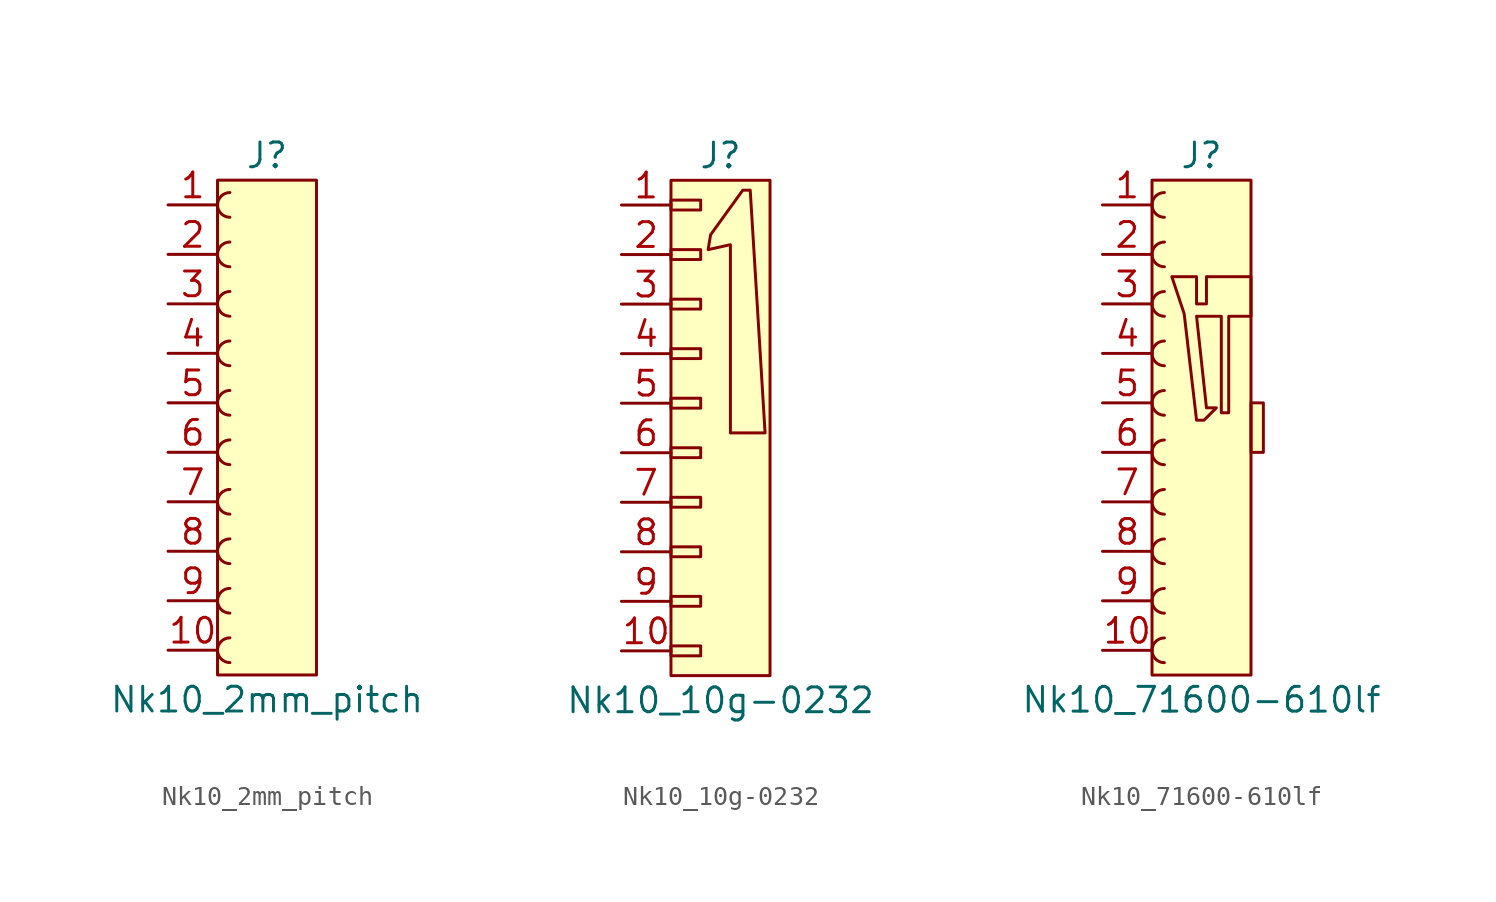
<source format=kicad_sym>
(kicad_symbol_lib
  (version 20220914)
  (generator kicad_symbol_editor)
  (symbol "Nk10_2mm_pitch"
    (pin_names hide)
    (property "Reference" "J"
      (at 0 13.97 0)
      (effects (font (size 1.27 1.27))))
    (property "Value" "Nk10_2mm_pitch"
      (at 0 -13.97 0)
      (effects (font (size 1.27 1.27))))
    (symbol "Nk10_2mm_pitch_0_0"
      (pin passive line (at -5.08 -11.43 0) (length 2.54) (name "Pin_10" (effects (font (size 1.27 1.27)))) (number "10" (effects (font (size 1.27 1.27)))))
      (pin passive line (at -5.08 -3.81 0) (length 2.54) (name "Pin_7" (effects (font (size 1.27 1.27)))) (number "7" (effects (font (size 1.27 1.27)))))
      (pin passive line (at -5.08 -6.35 0) (length 2.54) (name "Pin_8" (effects (font (size 1.27 1.27)))) (number "8" (effects (font (size 1.27 1.27)))))
      (pin passive line (at -5.08 -8.89 0) (length 2.54) (name "Pin_9" (effects (font (size 1.27 1.27)))) (number "9" (effects (font (size 1.27 1.27))))))
    (symbol "Nk10_2mm_pitch_0_1"
      (arc (start -1.905 12.065) (mid -2.5373 11.43) (end -1.905 10.795) (stroke (width 0) (type default)) (fill (type none)))
      (polyline (pts (xy -2.54 -12.7) (xy -2.54 12.7) (xy 2.54 12.7) (xy 2.54 -12.7) (xy -2.54 -12.7)) (stroke (width 0) (type default)) (fill (type background))))
    (symbol "Nk10_2mm_pitch_1_1"
      (arc (start -1.905 -10.795) (mid -2.5373 -11.43) (end -1.905 -12.065) (stroke (width 0) (type default)) (fill (type none)))
      (arc (start -1.905 -8.255) (mid -2.5373 -8.89) (end -1.905 -9.525) (stroke (width 0) (type default)) (fill (type none)))
      (arc (start -1.905 -5.715) (mid -2.5373 -6.35) (end -1.905 -6.985) (stroke (width 0) (type default)) (fill (type none)))
      (arc (start -1.905 -3.175) (mid -2.5373 -3.81) (end -1.905 -4.445) (stroke (width 0) (type default)) (fill (type none)))
      (arc (start -1.905 -0.635) (mid -2.5373 -1.27) (end -1.905 -1.905) (stroke (width 0) (type default)) (fill (type none)))
      (arc (start -1.905 1.905) (mid -2.5373 1.27) (end -1.905 0.635) (stroke (width 0) (type default)) (fill (type none)))
      (arc (start -1.905 4.445) (mid -2.5373 3.81) (end -1.905 3.175) (stroke (width 0) (type default)) (fill (type none)))
      (arc (start -1.905 6.985) (mid -2.5373 6.35) (end -1.905 5.715) (stroke (width 0) (type default)) (fill (type none)))
      (arc (start -1.905 9.525) (mid -2.5373 8.89) (end -1.905 8.255) (stroke (width 0) (type default)) (fill (type none)))
      (pin passive line (at -5.08 11.43 0) (length 2.54) (name "Pin_1" (effects (font (size 1.27 1.27)))) (number "1" (effects (font (size 1.27 1.27)))))
      (pin passive line (at -5.08 8.89 0) (length 2.54) (name "Pin_2" (effects (font (size 1.27 1.27)))) (number "2" (effects (font (size 1.27 1.27)))))
      (pin passive line (at -5.08 6.35 0) (length 2.54) (name "Pin_3" (effects (font (size 1.27 1.27)))) (number "3" (effects (font (size 1.27 1.27)))))
      (pin passive line (at -5.08 3.81 0) (length 2.54) (name "Pin_4" (effects (font (size 1.27 1.27)))) (number "4" (effects (font (size 1.27 1.27)))))
      (pin passive line (at -5.08 1.27 0) (length 2.54) (name "Pin_5" (effects (font (size 1.27 1.27)))) (number "5" (effects (font (size 1.27 1.27)))))
      (pin passive line (at -5.08 -1.27 0) (length 2.54) (name "Pin_6" (effects (font (size 1.27 1.27)))) (number "6" (effects (font (size 1.27 1.27)))))))
  (symbol "Nk10_10g-0232"
    (pin_names hide)
    (property "Reference" "J"
      (at 0 13.97 0)
      (effects (font (size 1.27 1.27))))
    (property "Value" "Nk10_10g-0232"
      (at 0 -13.97 0)
      (effects (font (size 1.27 1.27))))
    (symbol "Nk10_10g-0232_0_0"
      (pin passive line (at -5.08 -11.43 0) (length 2.54) (name "Pin_10" (effects (font (size 1.27 1.27)))) (number "10" (effects (font (size 1.27 1.27)))))
      (pin passive line (at -5.08 -3.81 0) (length 2.54) (name "Pin_7" (effects (font (size 1.27 1.27)))) (number "7" (effects (font (size 1.27 1.27)))))
      (pin passive line (at -5.08 -6.35 0) (length 2.54) (name "Pin_8" (effects (font (size 1.27 1.27)))) (number "8" (effects (font (size 1.27 1.27)))))
      (pin passive line (at -5.08 -8.89 0) (length 2.54) (name "Pin_9" (effects (font (size 1.27 1.27)))) (number "9" (effects (font (size 1.27 1.27))))))
    (symbol "Nk10_10g-0232_0_1"
      (rectangle (start -2.54 -11.684) (end -1.016 -11.176) (stroke (width 0.152) (type default)) (fill (type none)))
      (rectangle (start -2.54 -9.144) (end -1.016 -8.636) (stroke (width 0.152) (type default)) (fill (type none)))
      (rectangle (start -2.54 -6.604) (end -1.016 -6.096) (stroke (width 0.152) (type default)) (fill (type none)))
      (rectangle (start -2.54 -4.064) (end -1.016 -3.556) (stroke (width 0.152) (type default)) (fill (type none)))
      (rectangle (start -2.54 -1.524) (end -1.016 -1.016) (stroke (width 0.152) (type default)) (fill (type none)))
      (rectangle (start -2.54 1.016) (end -1.016 1.524) (stroke (width 0.152) (type default)) (fill (type none)))
      (rectangle (start -2.54 3.556) (end -1.016 4.064) (stroke (width 0.152) (type default)) (fill (type none)))
      (rectangle (start -2.54 6.096) (end -1.016 6.604) (stroke (width 0.152) (type default)) (fill (type none)))
      (rectangle (start -2.54 8.636) (end -1.016 9.144) (stroke (width 0.152) (type default)) (fill (type none)))
      (rectangle (start -2.54 11.176) (end -1.016 11.684) (stroke (width 0.152) (type default)) (fill (type none)))
      (polyline (pts (xy -2.54 -12.7) (xy -2.54 12.7) (xy 2.54 12.7) (xy 2.54 -12.7) (xy -2.54 -12.7)) (stroke (width 0) (type default)) (fill (type background)))
      (polyline (pts (xy -0.635 9.144) (xy -0.508 9.906) (xy 1.143 12.192) (xy 1.524 12.192) (xy 2.286 -0.254) (xy 0.508 -0.254) (xy 0.508 9.398) (xy -0.635 9.144)) (stroke (width 0.152) (type default)) (fill (type none))))
    (symbol "Nk10_10g-0232_1_1"
      (pin passive line (at -5.08 11.43 0) (length 2.54) (name "Pin_1" (effects (font (size 1.27 1.27)))) (number "1" (effects (font (size 1.27 1.27)))))
      (pin passive line (at -5.08 8.89 0) (length 2.54) (name "Pin_2" (effects (font (size 1.27 1.27)))) (number "2" (effects (font (size 1.27 1.27)))))
      (pin passive line (at -5.08 6.35 0) (length 2.54) (name "Pin_3" (effects (font (size 1.27 1.27)))) (number "3" (effects (font (size 1.27 1.27)))))
      (pin passive line (at -5.08 3.81 0) (length 2.54) (name "Pin_4" (effects (font (size 1.27 1.27)))) (number "4" (effects (font (size 1.27 1.27)))))
      (pin passive line (at -5.08 1.27 0) (length 2.54) (name "Pin_5" (effects (font (size 1.27 1.27)))) (number "5" (effects (font (size 1.27 1.27)))))
      (pin passive line (at -5.08 -1.27 0) (length 2.54) (name "Pin_6" (effects (font (size 1.27 1.27)))) (number "6" (effects (font (size 1.27 1.27)))))))
  (symbol "Nk10_71600-610lf"
    (pin_names hide)
    (property "Reference" "J"
      (at 0 13.97 0)
      (effects (font (size 1.27 1.27))))
    (property "Value" "Nk10_71600-610lf"
      (at 0 -13.97 0)
      (effects (font (size 1.27 1.27))))
    (symbol "Nk10_71600-610lf_0_0"
      (rectangle (start 2.54 1.27) (end 3.175 -1.27) (stroke (width 0) (type default)) (fill (type background)))
      (pin passive line (at -5.08 -11.43 0) (length 2.54) (name "Pin_10" (effects (font (size 1.27 1.27)))) (number "10" (effects (font (size 1.27 1.27)))))
      (pin passive line (at -5.08 -3.81 0) (length 2.54) (name "Pin_7" (effects (font (size 1.27 1.27)))) (number "7" (effects (font (size 1.27 1.27)))))
      (pin passive line (at -5.08 -6.35 0) (length 2.54) (name "Pin_8" (effects (font (size 1.27 1.27)))) (number "8" (effects (font (size 1.27 1.27)))))
      (pin passive line (at -5.08 -8.89 0) (length 2.54) (name "Pin_9" (effects (font (size 1.27 1.27)))) (number "9" (effects (font (size 1.27 1.27))))))
    (symbol "Nk10_71600-610lf_0_1"
      (arc (start -1.905 12.065) (mid -2.5373 11.43) (end -1.905 10.795) (stroke (width 0) (type default)) (fill (type none)))
      (polyline (pts (xy -2.54 -12.7) (xy -2.54 12.7) (xy 2.54 12.7) (xy 2.54 -12.7) (xy -2.54 -12.7)) (stroke (width 0) (type default)) (fill (type background)))
      (polyline (pts (xy -0.254 7.747) (xy -1.524 7.747) (xy -0.889 5.842) (xy -0.254 0.381) (xy 0.127 0.381) (xy 0.762 1.016) (xy 0.254 1.016) (xy -0.254 5.715) (xy 0.254 5.715) (xy 1.016 5.715) (xy 1.016 0.762) (xy 1.397 0.762) (xy 1.397 5.715) (xy 2.54 5.715) (xy 2.54 7.62) (xy 2.54 7.747) (xy 0.254 7.747) (xy 0.254 6.35) (xy -0.254 6.35) (xy -0.254 7.747)) (stroke (width 0) (type default)) (fill (type none))))
    (symbol "Nk10_71600-610lf_1_1"
      (arc (start -1.905 -10.795) (mid -2.5373 -11.43) (end -1.905 -12.065) (stroke (width 0) (type default)) (fill (type none)))
      (arc (start -1.905 -8.255) (mid -2.5373 -8.89) (end -1.905 -9.525) (stroke (width 0) (type default)) (fill (type none)))
      (arc (start -1.905 -5.715) (mid -2.5373 -6.35) (end -1.905 -6.985) (stroke (width 0) (type default)) (fill (type none)))
      (arc (start -1.905 -3.175) (mid -2.5373 -3.81) (end -1.905 -4.445) (stroke (width 0) (type default)) (fill (type none)))
      (arc (start -1.905 -0.635) (mid -2.5373 -1.27) (end -1.905 -1.905) (stroke (width 0) (type default)) (fill (type none)))
      (arc (start -1.905 1.905) (mid -2.5373 1.27) (end -1.905 0.635) (stroke (width 0) (type default)) (fill (type none)))
      (arc (start -1.905 4.445) (mid -2.5373 3.81) (end -1.905 3.175) (stroke (width 0) (type default)) (fill (type none)))
      (arc (start -1.905 6.985) (mid -2.5373 6.35) (end -1.905 5.715) (stroke (width 0) (type default)) (fill (type none)))
      (arc (start -1.905 9.525) (mid -2.5373 8.89) (end -1.905 8.255) (stroke (width 0) (type default)) (fill (type none)))
      (pin passive line (at -5.08 11.43 0) (length 2.54) (name "Pin_1" (effects (font (size 1.27 1.27)))) (number "1" (effects (font (size 1.27 1.27)))))
      (pin passive line (at -5.08 8.89 0) (length 2.54) (name "Pin_2" (effects (font (size 1.27 1.27)))) (number "2" (effects (font (size 1.27 1.27)))))
      (pin passive line (at -5.08 6.35 0) (length 2.54) (name "Pin_3" (effects (font (size 1.27 1.27)))) (number "3" (effects (font (size 1.27 1.27)))))
      (pin passive line (at -5.08 3.81 0) (length 2.54) (name "Pin_4" (effects (font (size 1.27 1.27)))) (number "4" (effects (font (size 1.27 1.27)))))
      (pin passive line (at -5.08 1.27 0) (length 2.54) (name "Pin_5" (effects (font (size 1.27 1.27)))) (number "5" (effects (font (size 1.27 1.27)))))
      (pin passive line (at -5.08 -1.27 0) (length 2.54) (name "Pin_6" (effects (font (size 1.27 1.27)))) (number "6" (effects (font (size 1.27 1.27))))))))
</source>
